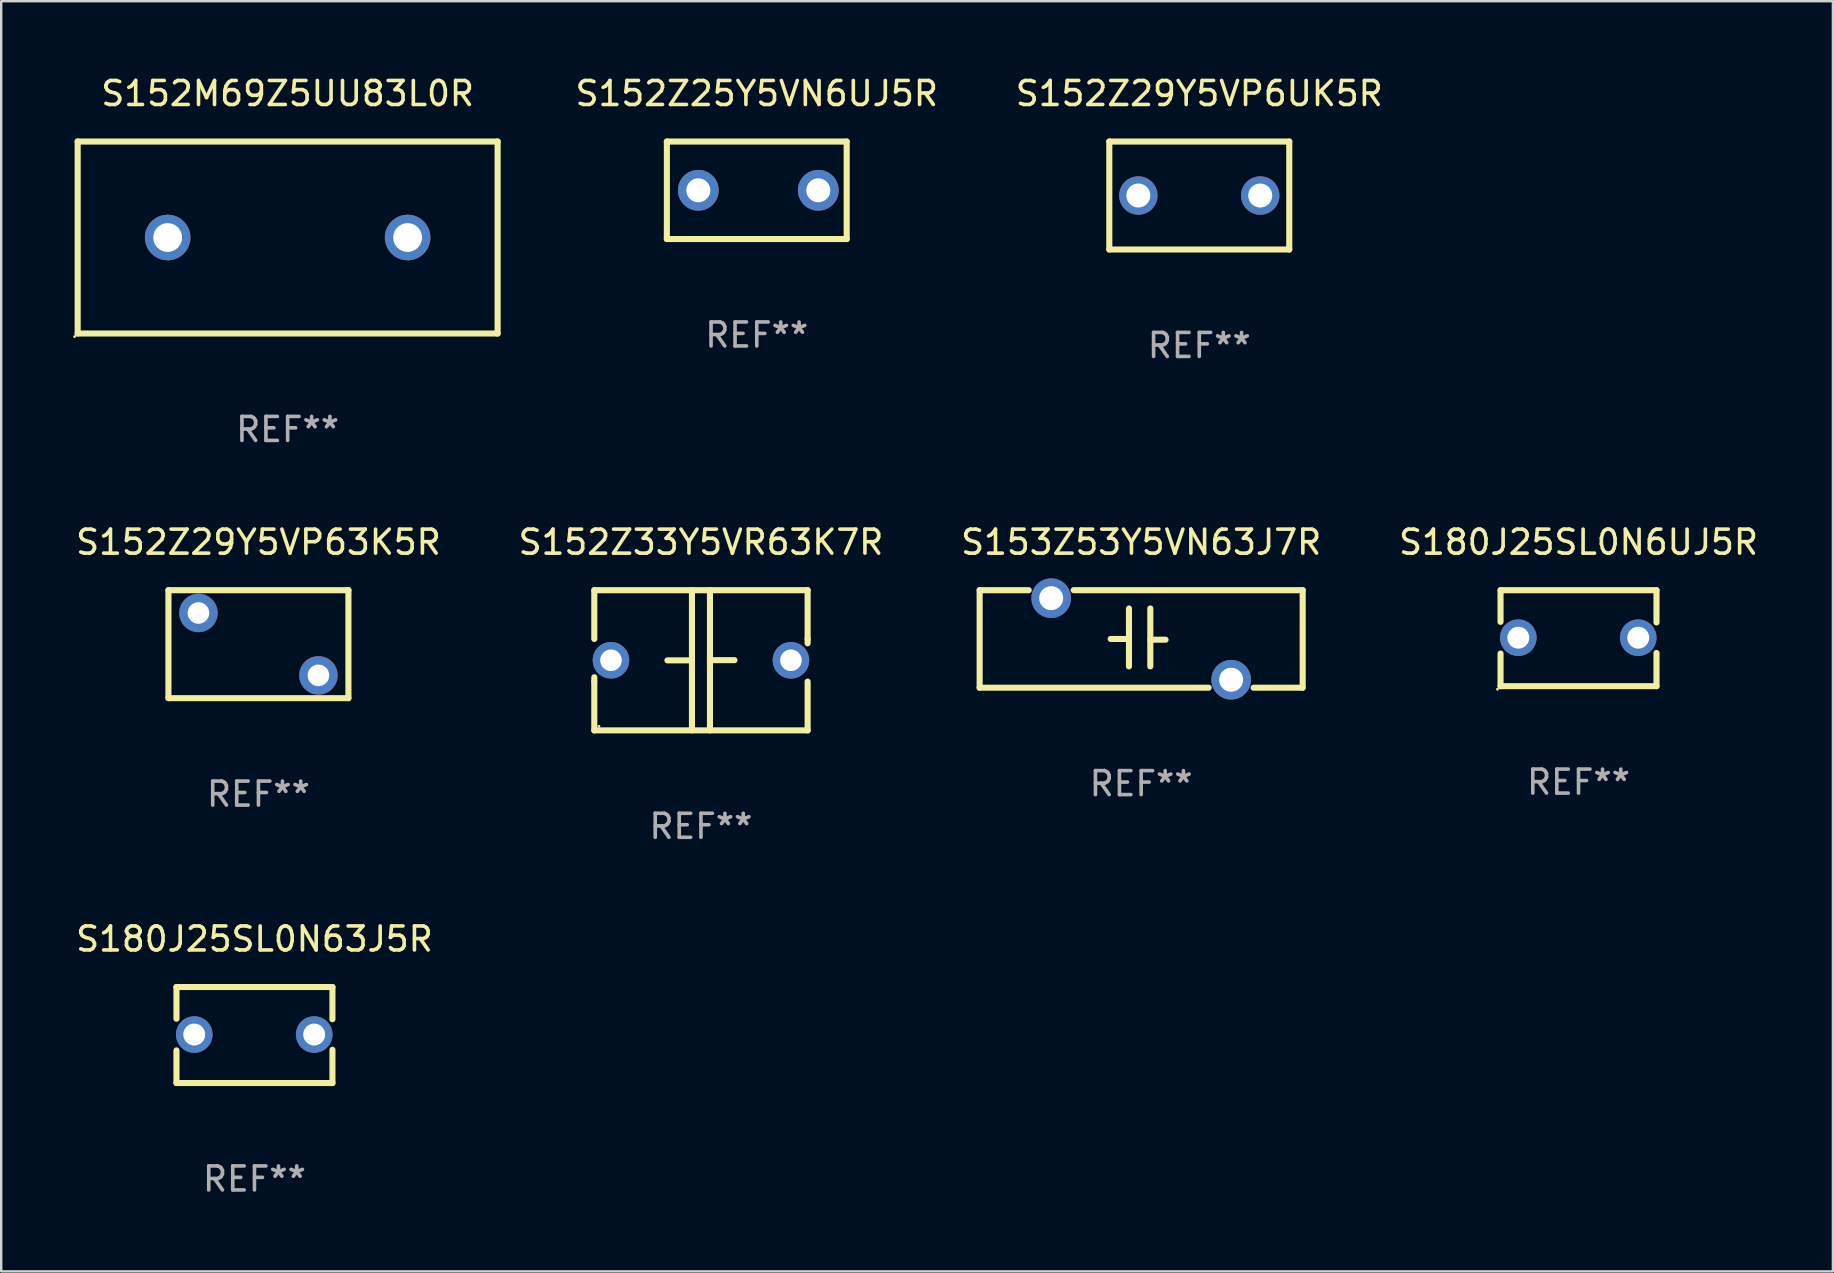
<source format=kicad_pcb>
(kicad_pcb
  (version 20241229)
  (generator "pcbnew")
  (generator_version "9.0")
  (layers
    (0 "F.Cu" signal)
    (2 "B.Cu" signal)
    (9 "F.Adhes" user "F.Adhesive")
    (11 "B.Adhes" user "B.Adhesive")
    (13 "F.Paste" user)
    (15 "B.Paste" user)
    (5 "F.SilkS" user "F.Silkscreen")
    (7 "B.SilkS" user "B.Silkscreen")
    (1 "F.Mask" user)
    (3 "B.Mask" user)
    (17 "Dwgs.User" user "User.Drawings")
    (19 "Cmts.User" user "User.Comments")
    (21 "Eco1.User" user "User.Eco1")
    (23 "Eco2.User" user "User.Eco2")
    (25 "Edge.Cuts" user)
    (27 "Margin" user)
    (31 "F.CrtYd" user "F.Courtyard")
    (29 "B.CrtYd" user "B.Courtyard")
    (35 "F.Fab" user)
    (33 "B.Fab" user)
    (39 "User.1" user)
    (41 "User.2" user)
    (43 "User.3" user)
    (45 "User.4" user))
  (footprint "S180J25SL0N63J5R"
    (layer "F.Cu")
    (at 7.554 40.083)
    (property "Reference" "S180J25SL0N63J5R" (at 0 -4 0) (layer "F.SilkS") (effects (font (size 1 1) (thickness 0.15))))
    (attr through_hole)
    (fp_line (start -3.25 -2) (end -3.25 -0.68) (stroke (width 0.254) (type solid)) (layer "F.SilkS"))
    (fp_line (start -3.25 -2) (end 3.25 -2) (stroke (width 0.254) (type solid)) (layer "F.SilkS"))
    (fp_line (start -3.25 0.64) (end -3.25 2) (stroke (width 0.254) (type solid)) (layer "F.SilkS"))
    (fp_line (start 3.25 -2) (end 3.25 -0.657) (stroke (width 0.254) (type solid)) (layer "F.SilkS"))
    (fp_line (start 3.25 0.617) (end 3.25 2) (stroke (width 0.254) (type solid)) (layer "F.SilkS"))
    (fp_line (start 3.25 2) (end -3.25 2) (stroke (width 0.254) (type solid)) (layer "F.SilkS"))
    (fp_circle (center -3.26 1.98) (end -3.23 1.98) (stroke (width 0.06) (type solid)) (fill no) (layer "F.SilkS"))
    (fp_text user "REF**" (at 0 6 0) (layer "F.Fab") (effects (font (size 1 1) (thickness 0.15))))
    (pad "1" thru_hole circle (at -2.509 -0.02) (size 1.524 1.524) (drill 0.914) (layers "*.Cu" "*.Mask"))
    (pad "2" thru_hole circle (at 2.489 -0.02) (size 1.524 1.524) (drill 0.914) (layers "*.Cu" "*.Mask")))
  (footprint "S152Z29Y5VP63K5R"
    (layer "F.Cu")
    (at 7.72 23.795)
    (property "Reference" "S152Z29Y5VP63K5R" (at 0 -4.25 0) (layer "F.SilkS") (effects (font (size 1 1) (thickness 0.15))))
    (attr through_hole)
    (fp_line (start -3.75 -2.25) (end -3.75 2.25) (stroke (width 0.254) (type solid)) (layer "F.SilkS"))
    (fp_line (start -3.75 -2.25) (end 3.75 -2.25) (stroke (width 0.254) (type solid)) (layer "F.SilkS"))
    (fp_line (start 3.75 -2.25) (end 3.75 2.25) (stroke (width 0.254) (type solid)) (layer "F.SilkS"))
    (fp_line (start 3.75 2.25) (end -3.75 2.25) (stroke (width 0.254) (type solid)) (layer "F.SilkS"))
    (fp_circle (center -3.75 2.25) (end -3.72 2.25) (stroke (width 0.06) (type solid)) (fill no) (layer "F.SilkS"))
    (fp_text user "REF**" (at 0 6.25 0) (layer "F.Fab") (effects (font (size 1 1) (thickness 0.15))))
    (pad "1" thru_hole circle (at -2.5 -1.3) (size 1.6 1.6) (drill 0.9) (layers "*.Cu" "*.Mask"))
    (pad "2" thru_hole circle (at 2.5 1.3) (size 1.6 1.6) (drill 0.9) (layers "*.Cu" "*.Mask")))
  (footprint "S152Z33Y5VR63K7R"
    (layer "F.Cu")
    (at 26.161 24.466)
    (property "Reference" "S152Z33Y5VR63K7R" (at 0 -4.921 0) (layer "F.SilkS") (effects (font (size 1 1) (thickness 0.15))))
    (attr through_hole)
    (fp_line (start -4.445 -2.921) (end 4.445 -2.921) (stroke (width 0.254) (type solid)) (layer "F.SilkS"))
    (fp_line (start -4.445 -0.889) (end -4.445 -2.921) (stroke (width 0.254) (type solid)) (layer "F.SilkS"))
    (fp_line (start -4.445 0.889) (end -4.445 0.708) (stroke (width 0.254) (type solid)) (layer "F.SilkS"))
    (fp_line (start -4.445 2.921) (end -4.445 0.889) (stroke (width 0.254) (type solid)) (layer "F.SilkS"))
    (fp_line (start -0.375 0.004) (end -1.397 0.004) (stroke (width 0.254) (type solid)) (layer "F.SilkS"))
    (fp_line (start -0.375 2.921) (end -0.375 -2.921) (stroke (width 0.254) (type solid)) (layer "F.SilkS"))
    (fp_line (start 0.375 -2.921) (end 0.375 2.921) (stroke (width 0.254) (type solid)) (layer "F.SilkS"))
    (fp_line (start 0.375 -0.004) (end 1.397 -0.004) (stroke (width 0.254) (type solid)) (layer "F.SilkS"))
    (fp_line (start 4.445 -2.921) (end 4.445 -0.889) (stroke (width 0.254) (type solid)) (layer "F.SilkS"))
    (fp_line (start 4.445 -0.889) (end 4.445 -0.708) (stroke (width 0.254) (type solid)) (layer "F.SilkS"))
    (fp_line (start 4.445 0.889) (end 4.445 2.921) (stroke (width 0.254) (type solid)) (layer "F.SilkS"))
    (fp_line (start 4.445 2.921) (end -4.445 2.921) (stroke (width 0.254) (type solid)) (layer "F.SilkS"))
    (fp_circle (center -4.25 2.75) (end -4.22 2.75) (stroke (width 0.06) (type solid)) (fill no) (layer "F.SilkS"))
    (fp_text user "REF**" (at 0 6.921 0) (layer "F.Fab") (effects (font (size 1 1) (thickness 0.15))))
    (pad "1" thru_hole circle (at -3.75 0) (size 1.524 1.524) (drill 0.9) (layers "*.Cu" "*.Mask"))
    (pad "2" thru_hole circle (at 3.75 0) (size 1.524 1.524) (drill 0.9) (layers "*.Cu" "*.Mask")))
  (footprint "S152M69Z5UU83L0R"
    (layer "F.Cu")
    (at 8.937 6.848)
    (property "Reference" "S152M69Z5UU83L0R" (at 0 -6 0) (layer "F.SilkS") (effects (font (size 1 1) (thickness 0.15))))
    (attr through_hole)
    (fp_line (start -8.75 -4) (end 8.75 -4) (stroke (width 0.254) (type solid)) (layer "F.SilkS"))
    (fp_line (start -8.75 4) (end -8.75 -4) (stroke (width 0.254) (type solid)) (layer "F.SilkS"))
    (fp_line (start 8.75 -4) (end 8.75 4) (stroke (width 0.254) (type solid)) (layer "F.SilkS"))
    (fp_line (start 8.75 4) (end -8.75 4) (stroke (width 0.254) (type solid)) (layer "F.SilkS"))
    (fp_circle (center -8.877 4.127) (end -8.847 4.127) (stroke (width 0.06) (type solid)) (fill no) (layer "F.SilkS"))
    (fp_text user "REF**" (at 0 8 0) (layer "F.Fab") (effects (font (size 1 1) (thickness 0.15))))
    (pad "1" thru_hole circle (at -5 0) (size 1.9 1.9) (drill 1.2) (layers "*.Cu" "*.Mask"))
    (pad "2" thru_hole circle (at 5 0) (size 1.9 1.9) (drill 1.2) (layers "*.Cu" "*.Mask")))
  (footprint "S153Z53Y5VN63J7R"
    (layer "F.Cu")
    (at 44.506 23.577)
    (property "Reference" "S153Z53Y5VN63J7R" (at 0 -4.032 0) (layer "F.SilkS") (effects (font (size 1 1) (thickness 0.15))))
    (attr through_hole)
    (fp_line (start -6.731 -2.032) (end -4.686 -2.032) (stroke (width 0.254) (type solid)) (layer "F.SilkS"))
    (fp_line (start -6.731 2.032) (end -6.731 -2.032) (stroke (width 0.254) (type solid)) (layer "F.SilkS"))
    (fp_line (start -2.814 -2.032) (end 6.731 -2.032) (stroke (width 0.254) (type solid)) (layer "F.SilkS"))
    (fp_line (start -1.27 0) (end -0.508 0) (stroke (width 0.254) (type solid)) (layer "F.SilkS"))
    (fp_line (start -0.508 1.143) (end -0.508 -1.27) (stroke (width 0.254) (type solid)) (layer "F.SilkS"))
    (fp_line (start 0.381 0.032) (end 1.016 0.032) (stroke (width 0.254) (type solid)) (layer "F.SilkS"))
    (fp_line (start 0.381 1.143) (end 0.381 -1.27) (stroke (width 0.254) (type solid)) (layer "F.SilkS"))
    (fp_line (start 2.814 2.032) (end -6.731 2.032) (stroke (width 0.254) (type solid)) (layer "F.SilkS"))
    (fp_line (start 6.731 -2.032) (end 6.731 2.032) (stroke (width 0.254) (type solid)) (layer "F.SilkS"))
    (fp_line (start 6.731 2.032) (end 4.686 2.032) (stroke (width 0.254) (type solid)) (layer "F.SilkS"))
    (fp_circle (center -6.75 -2) (end -6.72 -2) (stroke (width 0.06) (type solid)) (fill no) (layer "F.SilkS"))
    (fp_text user "REF**" (at 0 6.032 0) (layer "F.Fab") (effects (font (size 1 1) (thickness 0.15))))
    (pad "1" thru_hole circle (at -3.75 -1.7) (size 1.65 1.65) (drill 1) (layers "*.Cu" "*.Mask"))
    (pad "2" thru_hole circle (at 3.75 1.7) (size 1.65 1.65) (drill 1) (layers "*.Cu" "*.Mask")))
  (footprint "S180J25SL0N6UJ5R"
    (layer "F.Cu")
    (at 62.732 23.545)
    (property "Reference" "S180J25SL0N6UJ5R" (at 0 -4 0) (layer "F.SilkS") (effects (font (size 1 1) (thickness 0.15))))
    (attr through_hole)
    (fp_line (start -3.25 -2) (end -3.25 -0.68) (stroke (width 0.254) (type solid)) (layer "F.SilkS"))
    (fp_line (start -3.25 -2) (end 3.25 -2) (stroke (width 0.254) (type solid)) (layer "F.SilkS"))
    (fp_line (start -3.25 0.64) (end -3.25 2) (stroke (width 0.254) (type solid)) (layer "F.SilkS"))
    (fp_line (start 3.25 -2) (end 3.25 -0.657) (stroke (width 0.254) (type solid)) (layer "F.SilkS"))
    (fp_line (start 3.25 0.617) (end 3.25 2) (stroke (width 0.254) (type solid)) (layer "F.SilkS"))
    (fp_line (start 3.25 2) (end -3.25 2) (stroke (width 0.254) (type solid)) (layer "F.SilkS"))
    (fp_circle (center -3.377 2.127) (end -3.347 2.127) (stroke (width 0.06) (type solid)) (fill no) (layer "F.SilkS"))
    (fp_text user "REF**" (at 0 6 0) (layer "F.Fab") (effects (font (size 1 1) (thickness 0.15))))
    (pad "1" thru_hole circle (at -2.509 -0.02) (size 1.524 1.524) (drill 0.914) (layers "*.Cu" "*.Mask"))
    (pad "2" thru_hole circle (at 2.489 -0.02) (size 1.524 1.524) (drill 0.914) (layers "*.Cu" "*.Mask")))
  (footprint "S152Z25Y5VN6UJ5R"
    (layer "F.Cu")
    (at 28.487 4.88)
    (property "Reference" "S152Z25Y5VN6UJ5R" (at 0 -4.032 0) (layer "F.SilkS") (effects (font (size 1 1) (thickness 0.15))))
    (attr through_hole)
    (fp_line (start -3.747 -2.032) (end -3.747 2.032) (stroke (width 0.254) (type solid)) (layer "F.SilkS"))
    (fp_line (start -3.747 2.032) (end 3.747 2.032) (stroke (width 0.254) (type solid)) (layer "F.SilkS"))
    (fp_line (start 3.747 -2.032) (end -3.747 -2.032) (stroke (width 0.254) (type solid)) (layer "F.SilkS"))
    (fp_line (start 3.747 2.032) (end 3.747 -2.032) (stroke (width 0.254) (type solid)) (layer "F.SilkS"))
    (fp_circle (center -3.687 2) (end -3.657 2) (stroke (width 0.06) (type solid)) (fill no) (layer "F.SilkS"))
    (fp_text user "REF**" (at 0 6.032 0) (layer "F.Fab") (effects (font (size 1 1) (thickness 0.15))))
    (pad "1" thru_hole circle (at -2.436 0) (size 1.7 1.7) (drill 1) (layers "*.Cu" "*.Mask"))
    (pad "2" thru_hole circle (at 2.564 0) (size 1.7 1.7) (drill 1) (layers "*.Cu" "*.Mask")))
  (footprint "S152Z29Y5VP6UK5R"
    (layer "F.Cu")
    (at 46.928 5.098)
    (property "Reference" "S152Z29Y5VP6UK5R" (at 0 -4.25 0) (layer "F.SilkS") (effects (font (size 1 1) (thickness 0.15))))
    (attr through_hole)
    (fp_line (start -3.75 -2.25) (end -3.75 2.25) (stroke (width 0.254) (type solid)) (layer "F.SilkS"))
    (fp_line (start -3.75 -2.25) (end 3.75 -2.25) (stroke (width 0.254) (type solid)) (layer "F.SilkS"))
    (fp_line (start 3.75 -2.25) (end 3.75 2.25) (stroke (width 0.254) (type solid)) (layer "F.SilkS"))
    (fp_line (start 3.75 2.25) (end -3.75 2.25) (stroke (width 0.254) (type solid)) (layer "F.SilkS"))
    (fp_circle (center -3.75 2.25) (end -3.72 2.25) (stroke (width 0.06) (type solid)) (fill no) (layer "F.SilkS"))
    (fp_text user "REF**" (at 0 6.25 0) (layer "F.Fab") (effects (font (size 1 1) (thickness 0.15))))
    (pad "1" thru_hole circle (at -2.54 0) (size 1.6 1.6) (drill 1) (layers "*.Cu" "*.Mask"))
    (pad "2" thru_hole circle (at 2.54 0) (size 1.6 1.6) (drill 1) (layers "*.Cu" "*.Mask")))
  (gr_rect
    (start -3 -3)
    (end 73.333 49.932)
    (stroke (width 0.1) (type default))
    (fill no)
    (layer "Edge.Cuts")))
</source>
